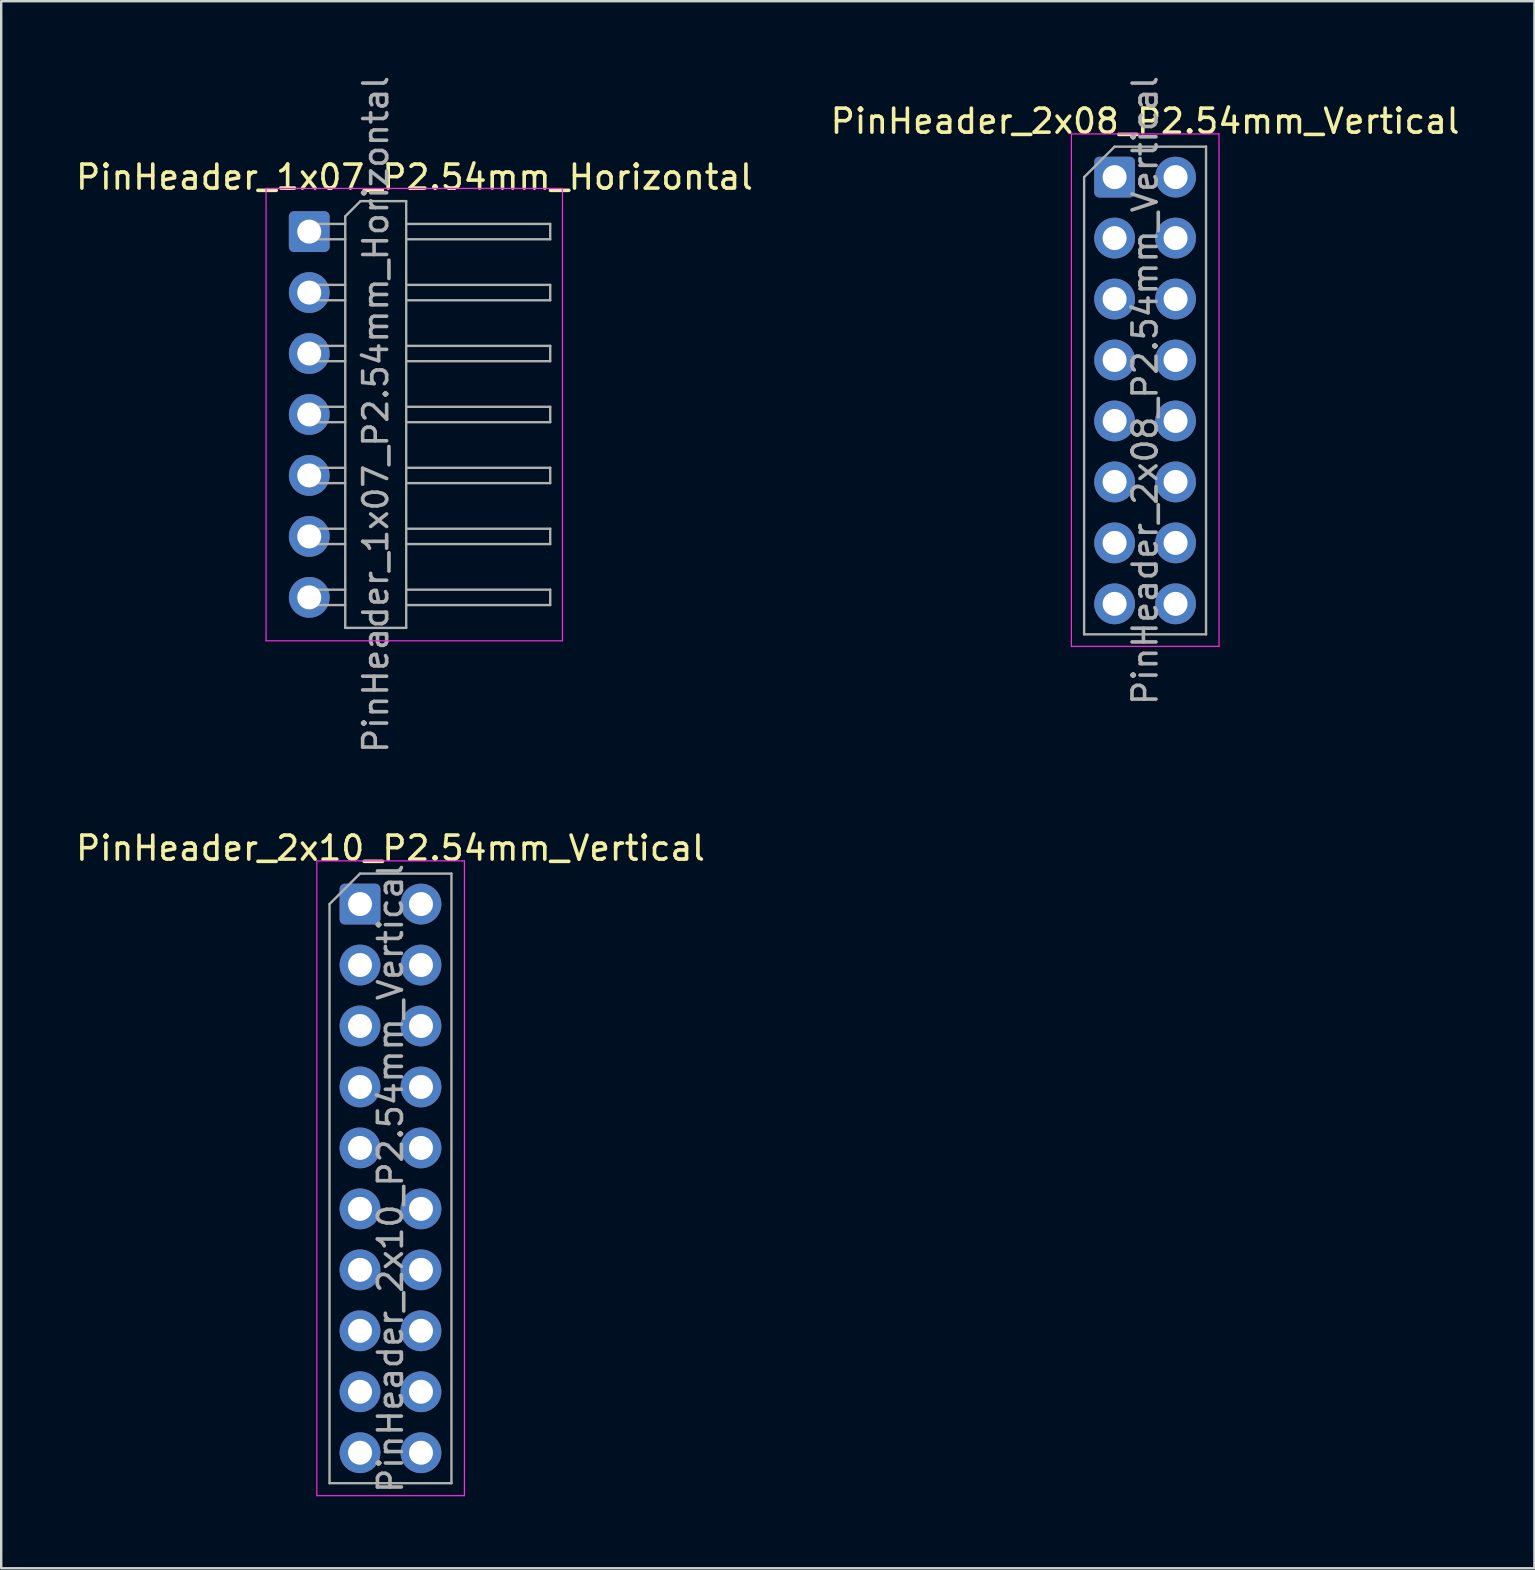
<source format=kicad_pcb>
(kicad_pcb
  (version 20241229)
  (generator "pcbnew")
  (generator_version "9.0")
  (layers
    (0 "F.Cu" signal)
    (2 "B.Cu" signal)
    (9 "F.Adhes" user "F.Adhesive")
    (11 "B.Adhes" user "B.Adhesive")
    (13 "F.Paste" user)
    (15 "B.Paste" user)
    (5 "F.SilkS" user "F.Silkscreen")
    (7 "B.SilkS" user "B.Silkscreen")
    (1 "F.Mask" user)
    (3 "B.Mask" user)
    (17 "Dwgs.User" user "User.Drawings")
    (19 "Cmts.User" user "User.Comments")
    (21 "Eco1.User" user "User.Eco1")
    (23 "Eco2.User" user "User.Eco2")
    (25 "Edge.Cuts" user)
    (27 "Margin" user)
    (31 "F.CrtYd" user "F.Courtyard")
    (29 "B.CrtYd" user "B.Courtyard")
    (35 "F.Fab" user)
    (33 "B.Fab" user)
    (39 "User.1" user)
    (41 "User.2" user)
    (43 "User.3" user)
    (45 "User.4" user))
  (footprint "PinHeader_2x08_P2.54mm_Vertical"
    (layer "F.Cu")
    (at 43.391 4.33)
    (property "Reference" "PinHeader_2x08_P2.54mm_Vertical" (at 1.27 -2.33 0) (layer "F.SilkS") (effects (font (size 1 1) (thickness 0.15))))
    (attr through_hole)
    (fp_line (start -1.8 -1.8) (end -1.8 19.55) (stroke (width 0.05) (type solid)) (layer "F.CrtYd"))
    (fp_line (start -1.8 19.55) (end 4.35 19.55) (stroke (width 0.05) (type solid)) (layer "F.CrtYd"))
    (fp_line (start 4.35 -1.8) (end -1.8 -1.8) (stroke (width 0.05) (type solid)) (layer "F.CrtYd"))
    (fp_line (start 4.35 19.55) (end 4.35 -1.8) (stroke (width 0.05) (type solid)) (layer "F.CrtYd"))
    (fp_line (start -1.27 0) (end 0 -1.27) (stroke (width 0.1) (type solid)) (layer "F.Fab"))
    (fp_line (start -1.27 19.05) (end -1.27 0) (stroke (width 0.1) (type solid)) (layer "F.Fab"))
    (fp_line (start 0 -1.27) (end 3.81 -1.27) (stroke (width 0.1) (type solid)) (layer "F.Fab"))
    (fp_line (start 3.81 -1.27) (end 3.81 19.05) (stroke (width 0.1) (type solid)) (layer "F.Fab"))
    (fp_line (start 3.81 19.05) (end -1.27 19.05) (stroke (width 0.1) (type solid)) (layer "F.Fab"))
    (fp_text user "${REFERENCE}" (at 1.27 8.89 90) (layer "F.Fab") (effects (font (size 1 1) (thickness 0.15))))
    (pad "1" thru_hole roundrect (at 0 0) (size 1.7 1.7) (drill 1) (layers "*.Cu" "*.Mask") (roundrect_rratio 0.125))
    (pad "2" thru_hole oval (at 2.54 0) (size 1.7 1.7) (drill 1) (layers "*.Cu" "*.Mask"))
    (pad "3" thru_hole oval (at 0 2.54) (size 1.7 1.7) (drill 1) (layers "*.Cu" "*.Mask"))
    (pad "4" thru_hole oval (at 2.54 2.54) (size 1.7 1.7) (drill 1) (layers "*.Cu" "*.Mask"))
    (pad "5" thru_hole oval (at 0 5.08) (size 1.7 1.7) (drill 1) (layers "*.Cu" "*.Mask"))
    (pad "6" thru_hole oval (at 2.54 5.08) (size 1.7 1.7) (drill 1) (layers "*.Cu" "*.Mask"))
    (pad "7" thru_hole oval (at 0 7.62) (size 1.7 1.7) (drill 1) (layers "*.Cu" "*.Mask"))
    (pad "8" thru_hole oval (at 2.54 7.62) (size 1.7 1.7) (drill 1) (layers "*.Cu" "*.Mask"))
    (pad "9" thru_hole oval (at 0 10.16) (size 1.7 1.7) (drill 1) (layers "*.Cu" "*.Mask"))
    (pad "10" thru_hole oval (at 2.54 10.16) (size 1.7 1.7) (drill 1) (layers "*.Cu" "*.Mask"))
    (pad "11" thru_hole oval (at 0 12.7) (size 1.7 1.7) (drill 1) (layers "*.Cu" "*.Mask"))
    (pad "12" thru_hole oval (at 2.54 12.7) (size 1.7 1.7) (drill 1) (layers "*.Cu" "*.Mask"))
    (pad "13" thru_hole oval (at 0 15.24) (size 1.7 1.7) (drill 1) (layers "*.Cu" "*.Mask"))
    (pad "14" thru_hole oval (at 2.54 15.24) (size 1.7 1.7) (drill 1) (layers "*.Cu" "*.Mask"))
    (pad "15" thru_hole oval (at 0 17.78) (size 1.7 1.7) (drill 1) (layers "*.Cu" "*.Mask"))
    (pad "16" thru_hole oval (at 2.54 17.78) (size 1.7 1.7) (drill 1) (layers "*.Cu" "*.Mask")))
  (footprint "PinHeader_1x07_P2.54mm_Horizontal"
    (layer "F.Cu")
    (at 9.835 6.6)
    (property "Reference" "PinHeader_1x07_P2.54mm_Horizontal" (at 4.385 -2.27 0) (layer "F.SilkS") (effects (font (size 1 1) (thickness 0.15))))
    (attr through_hole)
    (fp_line (start -1.8 -1.8) (end -1.8 17.05) (stroke (width 0.05) (type solid)) (layer "F.CrtYd"))
    (fp_line (start -1.8 17.05) (end 10.55 17.05) (stroke (width 0.05) (type solid)) (layer "F.CrtYd"))
    (fp_line (start 10.55 -1.8) (end -1.8 -1.8) (stroke (width 0.05) (type solid)) (layer "F.CrtYd"))
    (fp_line (start 10.55 17.05) (end 10.55 -1.8) (stroke (width 0.05) (type solid)) (layer "F.CrtYd"))
    (fp_line (start -0.32 -0.32) (end -0.32 0.32) (stroke (width 0.1) (type solid)) (layer "F.Fab"))
    (fp_line (start -0.32 -0.32) (end 1.5 -0.32) (stroke (width 0.1) (type solid)) (layer "F.Fab"))
    (fp_line (start -0.32 0.32) (end 1.5 0.32) (stroke (width 0.1) (type solid)) (layer "F.Fab"))
    (fp_line (start -0.32 2.22) (end -0.32 2.86) (stroke (width 0.1) (type solid)) (layer "F.Fab"))
    (fp_line (start -0.32 2.22) (end 1.5 2.22) (stroke (width 0.1) (type solid)) (layer "F.Fab"))
    (fp_line (start -0.32 2.86) (end 1.5 2.86) (stroke (width 0.1) (type solid)) (layer "F.Fab"))
    (fp_line (start -0.32 4.76) (end -0.32 5.4) (stroke (width 0.1) (type solid)) (layer "F.Fab"))
    (fp_line (start -0.32 4.76) (end 1.5 4.76) (stroke (width 0.1) (type solid)) (layer "F.Fab"))
    (fp_line (start -0.32 5.4) (end 1.5 5.4) (stroke (width 0.1) (type solid)) (layer "F.Fab"))
    (fp_line (start -0.32 7.3) (end -0.32 7.94) (stroke (width 0.1) (type solid)) (layer "F.Fab"))
    (fp_line (start -0.32 7.3) (end 1.5 7.3) (stroke (width 0.1) (type solid)) (layer "F.Fab"))
    (fp_line (start -0.32 7.94) (end 1.5 7.94) (stroke (width 0.1) (type solid)) (layer "F.Fab"))
    (fp_line (start -0.32 9.84) (end -0.32 10.48) (stroke (width 0.1) (type solid)) (layer "F.Fab"))
    (fp_line (start -0.32 9.84) (end 1.5 9.84) (stroke (width 0.1) (type solid)) (layer "F.Fab"))
    (fp_line (start -0.32 10.48) (end 1.5 10.48) (stroke (width 0.1) (type solid)) (layer "F.Fab"))
    (fp_line (start -0.32 12.38) (end -0.32 13.02) (stroke (width 0.1) (type solid)) (layer "F.Fab"))
    (fp_line (start -0.32 12.38) (end 1.5 12.38) (stroke (width 0.1) (type solid)) (layer "F.Fab"))
    (fp_line (start -0.32 13.02) (end 1.5 13.02) (stroke (width 0.1) (type solid)) (layer "F.Fab"))
    (fp_line (start -0.32 14.92) (end -0.32 15.56) (stroke (width 0.1) (type solid)) (layer "F.Fab"))
    (fp_line (start -0.32 14.92) (end 1.5 14.92) (stroke (width 0.1) (type solid)) (layer "F.Fab"))
    (fp_line (start -0.32 15.56) (end 1.5 15.56) (stroke (width 0.1) (type solid)) (layer "F.Fab"))
    (fp_line (start 1.5 -0.635) (end 2.135 -1.27) (stroke (width 0.1) (type solid)) (layer "F.Fab"))
    (fp_line (start 1.5 16.51) (end 1.5 -0.635) (stroke (width 0.1) (type solid)) (layer "F.Fab"))
    (fp_line (start 2.135 -1.27) (end 4.04 -1.27) (stroke (width 0.1) (type solid)) (layer "F.Fab"))
    (fp_line (start 4.04 -1.27) (end 4.04 16.51) (stroke (width 0.1) (type solid)) (layer "F.Fab"))
    (fp_line (start 4.04 -0.32) (end 10.04 -0.32) (stroke (width 0.1) (type solid)) (layer "F.Fab"))
    (fp_line (start 4.04 0.32) (end 10.04 0.32) (stroke (width 0.1) (type solid)) (layer "F.Fab"))
    (fp_line (start 4.04 2.22) (end 10.04 2.22) (stroke (width 0.1) (type solid)) (layer "F.Fab"))
    (fp_line (start 4.04 2.86) (end 10.04 2.86) (stroke (width 0.1) (type solid)) (layer "F.Fab"))
    (fp_line (start 4.04 4.76) (end 10.04 4.76) (stroke (width 0.1) (type solid)) (layer "F.Fab"))
    (fp_line (start 4.04 5.4) (end 10.04 5.4) (stroke (width 0.1) (type solid)) (layer "F.Fab"))
    (fp_line (start 4.04 7.3) (end 10.04 7.3) (stroke (width 0.1) (type solid)) (layer "F.Fab"))
    (fp_line (start 4.04 7.94) (end 10.04 7.94) (stroke (width 0.1) (type solid)) (layer "F.Fab"))
    (fp_line (start 4.04 9.84) (end 10.04 9.84) (stroke (width 0.1) (type solid)) (layer "F.Fab"))
    (fp_line (start 4.04 10.48) (end 10.04 10.48) (stroke (width 0.1) (type solid)) (layer "F.Fab"))
    (fp_line (start 4.04 12.38) (end 10.04 12.38) (stroke (width 0.1) (type solid)) (layer "F.Fab"))
    (fp_line (start 4.04 13.02) (end 10.04 13.02) (stroke (width 0.1) (type solid)) (layer "F.Fab"))
    (fp_line (start 4.04 14.92) (end 10.04 14.92) (stroke (width 0.1) (type solid)) (layer "F.Fab"))
    (fp_line (start 4.04 15.56) (end 10.04 15.56) (stroke (width 0.1) (type solid)) (layer "F.Fab"))
    (fp_line (start 4.04 16.51) (end 1.5 16.51) (stroke (width 0.1) (type solid)) (layer "F.Fab"))
    (fp_line (start 10.04 -0.32) (end 10.04 0.32) (stroke (width 0.1) (type solid)) (layer "F.Fab"))
    (fp_line (start 10.04 2.22) (end 10.04 2.86) (stroke (width 0.1) (type solid)) (layer "F.Fab"))
    (fp_line (start 10.04 4.76) (end 10.04 5.4) (stroke (width 0.1) (type solid)) (layer "F.Fab"))
    (fp_line (start 10.04 7.3) (end 10.04 7.94) (stroke (width 0.1) (type solid)) (layer "F.Fab"))
    (fp_line (start 10.04 9.84) (end 10.04 10.48) (stroke (width 0.1) (type solid)) (layer "F.Fab"))
    (fp_line (start 10.04 12.38) (end 10.04 13.02) (stroke (width 0.1) (type solid)) (layer "F.Fab"))
    (fp_line (start 10.04 14.92) (end 10.04 15.56) (stroke (width 0.1) (type solid)) (layer "F.Fab"))
    (fp_text user "${REFERENCE}" (at 2.77 7.62 90) (layer "F.Fab") (effects (font (size 1 1) (thickness 0.15))))
    (pad "1" thru_hole roundrect (at 0 0) (size 1.7 1.7) (drill 1) (layers "*.Cu" "*.Mask") (roundrect_rratio 0.125))
    (pad "2" thru_hole oval (at 0 2.54) (size 1.7 1.7) (drill 1) (layers "*.Cu" "*.Mask"))
    (pad "3" thru_hole oval (at 0 5.08) (size 1.7 1.7) (drill 1) (layers "*.Cu" "*.Mask"))
    (pad "4" thru_hole oval (at 0 7.62) (size 1.7 1.7) (drill 1) (layers "*.Cu" "*.Mask"))
    (pad "5" thru_hole oval (at 0 10.16) (size 1.7 1.7) (drill 1) (layers "*.Cu" "*.Mask"))
    (pad "6" thru_hole oval (at 0 12.7) (size 1.7 1.7) (drill 1) (layers "*.Cu" "*.Mask"))
    (pad "7" thru_hole oval (at 0 15.24) (size 1.7 1.7) (drill 1) (layers "*.Cu" "*.Mask")))
  (footprint "PinHeader_2x10_P2.54mm_Vertical"
    (layer "F.Cu")
    (at 11.95 34.619)
    (property "Reference" "PinHeader_2x10_P2.54mm_Vertical" (at 1.27 -2.33 0) (layer "F.SilkS") (effects (font (size 1 1) (thickness 0.15))))
    (attr through_hole)
    (fp_line (start -1.8 -1.8) (end -1.8 24.65) (stroke (width 0.05) (type solid)) (layer "F.CrtYd"))
    (fp_line (start -1.8 24.65) (end 4.35 24.65) (stroke (width 0.05) (type solid)) (layer "F.CrtYd"))
    (fp_line (start 4.35 -1.8) (end -1.8 -1.8) (stroke (width 0.05) (type solid)) (layer "F.CrtYd"))
    (fp_line (start 4.35 24.65) (end 4.35 -1.8) (stroke (width 0.05) (type solid)) (layer "F.CrtYd"))
    (fp_line (start -1.27 0) (end 0 -1.27) (stroke (width 0.1) (type solid)) (layer "F.Fab"))
    (fp_line (start -1.27 24.13) (end -1.27 0) (stroke (width 0.1) (type solid)) (layer "F.Fab"))
    (fp_line (start 0 -1.27) (end 3.81 -1.27) (stroke (width 0.1) (type solid)) (layer "F.Fab"))
    (fp_line (start 3.81 -1.27) (end 3.81 24.13) (stroke (width 0.1) (type solid)) (layer "F.Fab"))
    (fp_line (start 3.81 24.13) (end -1.27 24.13) (stroke (width 0.1) (type solid)) (layer "F.Fab"))
    (fp_text user "${REFERENCE}" (at 1.27 11.43 90) (layer "F.Fab") (effects (font (size 1 1) (thickness 0.15))))
    (pad "1" thru_hole roundrect (at 0 0) (size 1.7 1.7) (drill 1) (layers "*.Cu" "*.Mask") (roundrect_rratio 0.125))
    (pad "2" thru_hole oval (at 2.54 0) (size 1.7 1.7) (drill 1) (layers "*.Cu" "*.Mask"))
    (pad "3" thru_hole oval (at 0 2.54) (size 1.7 1.7) (drill 1) (layers "*.Cu" "*.Mask"))
    (pad "4" thru_hole oval (at 2.54 2.54) (size 1.7 1.7) (drill 1) (layers "*.Cu" "*.Mask"))
    (pad "5" thru_hole oval (at 0 5.08) (size 1.7 1.7) (drill 1) (layers "*.Cu" "*.Mask"))
    (pad "6" thru_hole oval (at 2.54 5.08) (size 1.7 1.7) (drill 1) (layers "*.Cu" "*.Mask"))
    (pad "7" thru_hole oval (at 0 7.62) (size 1.7 1.7) (drill 1) (layers "*.Cu" "*.Mask"))
    (pad "8" thru_hole oval (at 2.54 7.62) (size 1.7 1.7) (drill 1) (layers "*.Cu" "*.Mask"))
    (pad "9" thru_hole oval (at 0 10.16) (size 1.7 1.7) (drill 1) (layers "*.Cu" "*.Mask"))
    (pad "10" thru_hole oval (at 2.54 10.16) (size 1.7 1.7) (drill 1) (layers "*.Cu" "*.Mask"))
    (pad "11" thru_hole oval (at 0 12.7) (size 1.7 1.7) (drill 1) (layers "*.Cu" "*.Mask"))
    (pad "12" thru_hole oval (at 2.54 12.7) (size 1.7 1.7) (drill 1) (layers "*.Cu" "*.Mask"))
    (pad "13" thru_hole oval (at 0 15.24) (size 1.7 1.7) (drill 1) (layers "*.Cu" "*.Mask"))
    (pad "14" thru_hole oval (at 2.54 15.24) (size 1.7 1.7) (drill 1) (layers "*.Cu" "*.Mask"))
    (pad "15" thru_hole oval (at 0 17.78) (size 1.7 1.7) (drill 1) (layers "*.Cu" "*.Mask"))
    (pad "16" thru_hole oval (at 2.54 17.78) (size 1.7 1.7) (drill 1) (layers "*.Cu" "*.Mask"))
    (pad "17" thru_hole oval (at 0 20.32) (size 1.7 1.7) (drill 1) (layers "*.Cu" "*.Mask"))
    (pad "18" thru_hole oval (at 2.54 20.32) (size 1.7 1.7) (drill 1) (layers "*.Cu" "*.Mask"))
    (pad "19" thru_hole oval (at 0 22.86) (size 1.7 1.7) (drill 1) (layers "*.Cu" "*.Mask"))
    (pad "20" thru_hole oval (at 2.54 22.86) (size 1.7 1.7) (drill 1) (layers "*.Cu" "*.Mask")))
  (gr_rect
    (start -3 -3)
    (end 60.881 62.294)
    (stroke (width 0.1) (type default))
    (fill no)
    (layer "Edge.Cuts")))
</source>
